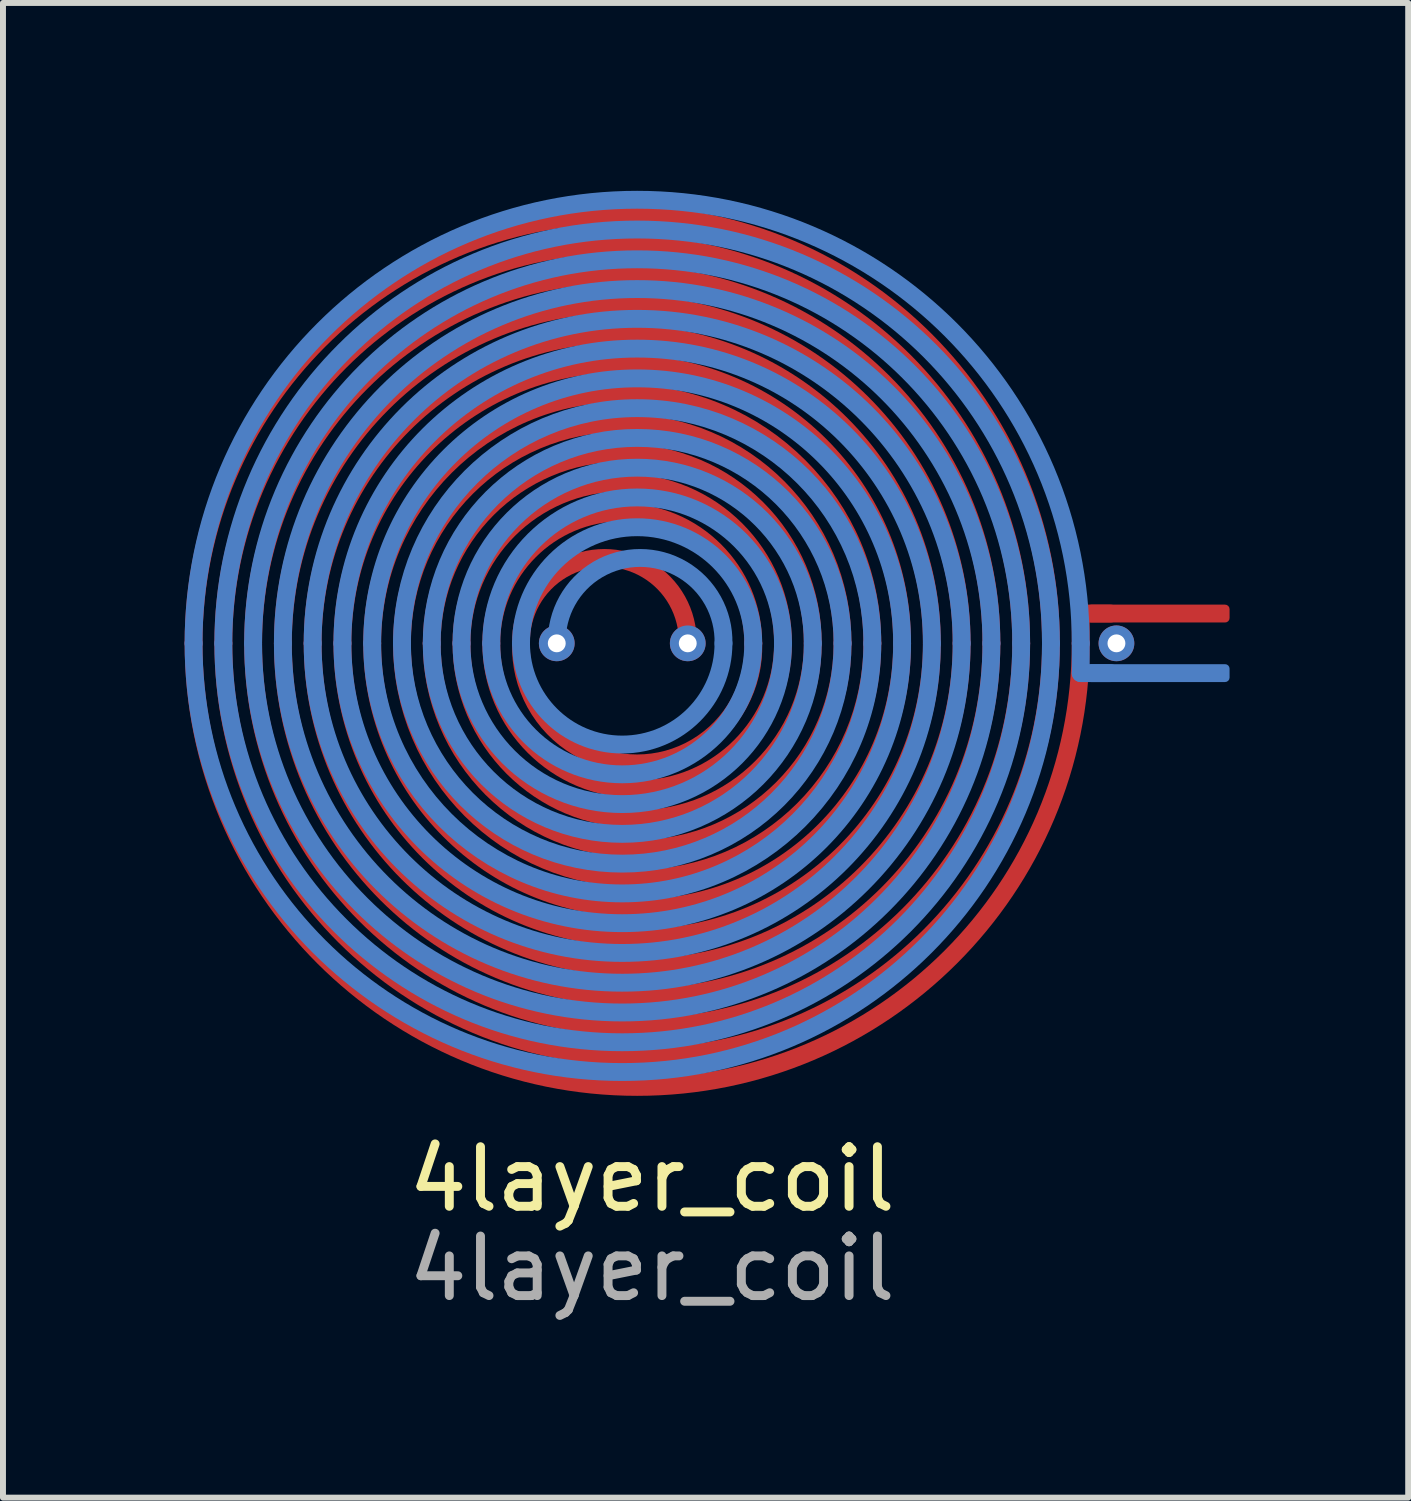
<source format=kicad_pcb>
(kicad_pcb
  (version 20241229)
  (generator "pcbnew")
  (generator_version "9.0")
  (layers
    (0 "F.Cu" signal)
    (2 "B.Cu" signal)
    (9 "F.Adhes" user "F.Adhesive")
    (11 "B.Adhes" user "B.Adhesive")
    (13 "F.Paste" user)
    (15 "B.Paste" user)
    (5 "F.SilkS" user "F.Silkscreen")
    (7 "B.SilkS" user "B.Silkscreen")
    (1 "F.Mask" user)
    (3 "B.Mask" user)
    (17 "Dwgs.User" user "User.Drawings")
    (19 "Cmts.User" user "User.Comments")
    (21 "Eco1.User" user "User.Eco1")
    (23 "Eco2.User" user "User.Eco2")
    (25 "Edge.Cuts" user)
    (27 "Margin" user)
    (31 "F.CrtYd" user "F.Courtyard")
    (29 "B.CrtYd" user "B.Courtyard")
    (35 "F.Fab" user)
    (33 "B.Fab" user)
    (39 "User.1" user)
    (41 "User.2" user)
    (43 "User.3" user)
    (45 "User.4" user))
  (footprint "4layer_coil"
    (layer "F.Cu")
    (at 7.401 7.755)
    (property "Reference" "4layer_coil" (at 0.5 9 0) (unlocked yes) (layer "F.SilkS") (effects (font (size 1 1) (thickness 0.15))))
    (attr smd)
    (fp_line (start 7.7 -0.5) (end 8.2 -0.5) (stroke (width 0.3) (type solid)) (layer "F.Cu"))
    (fp_line (start 7.7 0) (end 7.7 -0.5) (stroke (width 0.3) (type solid)) (layer "F.Cu"))
    (fp_arc (start -7.2 0) (mid 0 -7.2) (end 7.2 0) (stroke (width 0.3) (type solid)) (layer "F.Cu"))
    (fp_arc (start -6.7 0) (mid 0 -6.7) (end 6.7 0) (stroke (width 0.3) (type solid)) (layer "F.Cu"))
    (fp_arc (start -6.2 0) (mid 0 -6.2) (end 6.2 0) (stroke (width 0.3) (type solid)) (layer "F.Cu"))
    (fp_arc (start -5.7 0) (mid 0 -5.7) (end 5.7 0) (stroke (width 0.3) (type solid)) (layer "F.Cu"))
    (fp_arc (start -5.2 0) (mid 0 -5.2) (end 5.2 0) (stroke (width 0.3) (type solid)) (layer "F.Cu"))
    (fp_arc (start -4.7 0) (mid 0 -4.7) (end 4.7 0) (stroke (width 0.3) (type solid)) (layer "F.Cu"))
    (fp_arc (start -4.2 0) (mid 0 -4.2) (end 4.2 0) (stroke (width 0.3) (type solid)) (layer "F.Cu"))
    (fp_arc (start -3.7 0) (mid 0 -3.7) (end 3.7 0) (stroke (width 0.3) (type solid)) (layer "F.Cu"))
    (fp_arc (start -3.2 0) (mid 0 -3.2) (end 3.2 0) (stroke (width 0.3) (type solid)) (layer "F.Cu"))
    (fp_arc (start -2.7 0) (mid 0 -2.7) (end 2.7 0) (stroke (width 0.3) (type solid)) (layer "F.Cu"))
    (fp_arc (start -2.2 0) (mid 0 -2.2) (end 2.2 0) (stroke (width 0.3) (type solid)) (layer "F.Cu"))
    (fp_arc (start -1.7 0) (mid -0.6 -1.4) (end 1.1 0) (stroke (width 0.3) (type solid)) (layer "F.Cu"))
    (fp_arc (start 2.2 0) (mid -0.25 1.95) (end -1.7 0) (stroke (width 0.3) (type solid)) (layer "F.Cu"))
    (fp_arc (start 2.7 0) (mid 0.25 2.45) (end -2.2 0) (stroke (width 0.3) (type solid)) (layer "F.Cu"))
    (fp_arc (start 3.2 0) (mid 0.25 2.95) (end -2.7 0) (stroke (width 0.3) (type solid)) (layer "F.Cu"))
    (fp_arc (start 3.7 0) (mid 0.25 3.45) (end -3.2 0) (stroke (width 0.3) (type solid)) (layer "F.Cu"))
    (fp_arc (start 4.2 0) (mid 0.25 3.95) (end -3.7 0) (stroke (width 0.3) (type solid)) (layer "F.Cu"))
    (fp_arc (start 4.7 0) (mid 0.25 4.45) (end -4.2 0) (stroke (width 0.3) (type solid)) (layer "F.Cu"))
    (fp_arc (start 5.2 0) (mid 0.25 4.95) (end -4.7 0) (stroke (width 0.3) (type solid)) (layer "F.Cu"))
    (fp_arc (start 5.7 0) (mid 0.25 5.45) (end -5.2 0) (stroke (width 0.3) (type solid)) (layer "F.Cu"))
    (fp_arc (start 6.2 0) (mid 0.25 5.95) (end -5.7 0) (stroke (width 0.3) (type solid)) (layer "F.Cu"))
    (fp_arc (start 6.7 0) (mid 0.25 6.45) (end -6.2 0) (stroke (width 0.3) (type solid)) (layer "F.Cu"))
    (fp_arc (start 7.2 0) (mid 0.25 6.95) (end -6.7 0) (stroke (width 0.3) (type solid)) (layer "F.Cu"))
    (fp_arc (start 7.7 0) (mid 0.25 7.45) (end -7.2 0) (stroke (width 0.3) (type solid)) (layer "F.Cu"))
    (fp_line (start 7.7 0) (end 7.7 0.5) (stroke (width 0.3) (type solid)) (layer "B.Cu"))
    (fp_line (start 7.7 0.5) (end 8.2 0.5) (stroke (width 0.3) (type solid)) (layer "B.Cu"))
    (fp_arc (start -7.2 0) (mid 0.25 -7.45) (end 7.7 0) (stroke (width 0.3) (type solid)) (layer "B.Cu"))
    (fp_arc (start -6.7 0) (mid 0.25 -6.95) (end 7.2 0) (stroke (width 0.3) (type solid)) (layer "B.Cu"))
    (fp_arc (start -6.2 0) (mid 0.25 -6.45) (end 6.7 0) (stroke (width 0.3) (type solid)) (layer "B.Cu"))
    (fp_arc (start -5.7 0) (mid 0.25 -5.95) (end 6.2 0) (stroke (width 0.3) (type solid)) (layer "B.Cu"))
    (fp_arc (start -5.2 0) (mid 0.25 -5.45) (end 5.7 0) (stroke (width 0.3) (type solid)) (layer "B.Cu"))
    (fp_arc (start -4.7 0) (mid 0.25 -4.95) (end 5.2 0) (stroke (width 0.3) (type solid)) (layer "B.Cu"))
    (fp_arc (start -4.2 0) (mid 0.25 -4.45) (end 4.7 0) (stroke (width 0.3) (type solid)) (layer "B.Cu"))
    (fp_arc (start -3.7 0) (mid 0.25 -3.95) (end 4.2 0) (stroke (width 0.3) (type solid)) (layer "B.Cu"))
    (fp_arc (start -3.2 0) (mid 0.25 -3.45) (end 3.7 0) (stroke (width 0.3) (type solid)) (layer "B.Cu"))
    (fp_arc (start -2.7 0) (mid 0.25 -2.95) (end 3.2 0) (stroke (width 0.3) (type solid)) (layer "B.Cu"))
    (fp_arc (start -2.2 0) (mid 0.25 -2.45) (end 2.7 0) (stroke (width 0.3) (type solid)) (layer "B.Cu"))
    (fp_arc (start -1.7 0) (mid 0.25 -1.95) (end 2.2 0) (stroke (width 0.3) (type solid)) (layer "B.Cu"))
    (fp_arc (start -1.1 0) (mid 0.6 -1.4) (end 1.7 0) (stroke (width 0.3) (type solid)) (layer "B.Cu"))
    (fp_arc (start 1.7 0) (mid 0 1.7) (end -1.7 0) (stroke (width 0.3) (type solid)) (layer "B.Cu"))
    (fp_arc (start 2.2 0) (mid 0 2.2) (end -2.2 0) (stroke (width 0.3) (type solid)) (layer "B.Cu"))
    (fp_arc (start 2.7 0) (mid 0 2.7) (end -2.7 0) (stroke (width 0.3) (type solid)) (layer "B.Cu"))
    (fp_arc (start 3.2 0) (mid 0 3.2) (end -3.2 0) (stroke (width 0.3) (type solid)) (layer "B.Cu"))
    (fp_arc (start 3.7 0) (mid 0 3.7) (end -3.7 0) (stroke (width 0.3) (type solid)) (layer "B.Cu"))
    (fp_arc (start 4.2 0) (mid 0 4.2) (end -4.2 0) (stroke (width 0.3) (type solid)) (layer "B.Cu"))
    (fp_arc (start 4.7 0) (mid 0 4.7) (end -4.7 0) (stroke (width 0.3) (type solid)) (layer "B.Cu"))
    (fp_arc (start 5.2 0) (mid 0 5.2) (end -5.2 0) (stroke (width 0.3) (type solid)) (layer "B.Cu"))
    (fp_arc (start 5.7 0) (mid 0 5.7) (end -5.7 0) (stroke (width 0.3) (type solid)) (layer "B.Cu"))
    (fp_arc (start 6.2 0) (mid 0 6.2) (end -6.2 0) (stroke (width 0.3) (type solid)) (layer "B.Cu"))
    (fp_arc (start 6.7 0) (mid 0 6.7) (end -6.7 0) (stroke (width 0.3) (type solid)) (layer "B.Cu"))
    (fp_arc (start 7.2 0) (mid 0 7.2) (end -7.2 0) (stroke (width 0.3) (type solid)) (layer "B.Cu"))
    (fp_arc (start -7.25 0) (mid 0.8 -7.6) (end 8.3 0) (stroke (width 0.3) (type solid)) (layer "In1.Cu"))
    (fp_arc (start -6.7 0) (mid 0.25 -6.95) (end 7.2 0) (stroke (width 0.3) (type solid)) (layer "In1.Cu"))
    (fp_arc (start -6.2 0) (mid 0.25 -6.45) (end 6.7 0) (stroke (width 0.3) (type solid)) (layer "In1.Cu"))
    (fp_arc (start -5.7 0) (mid 0.25 -5.95) (end 6.2 0) (stroke (width 0.3) (type solid)) (layer "In1.Cu"))
    (fp_arc (start -5.2 0) (mid 0.25 -5.45) (end 5.7 0) (stroke (width 0.3) (type solid)) (layer "In1.Cu"))
    (fp_arc (start -4.7 0) (mid 0.25 -4.95) (end 5.2 0) (stroke (width 0.3) (type solid)) (layer "In1.Cu"))
    (fp_arc (start -4.2 0) (mid 0.25 -4.45) (end 4.7 0) (stroke (width 0.3) (type solid)) (layer "In1.Cu"))
    (fp_arc (start -3.7 0) (mid 0.25 -3.95) (end 4.2 0) (stroke (width 0.3) (type solid)) (layer "In1.Cu"))
    (fp_arc (start -3.2 0) (mid 0.25 -3.45) (end 3.7 0) (stroke (width 0.3) (type solid)) (layer "In1.Cu"))
    (fp_arc (start -2.7 0) (mid 0.25 -2.95) (end 3.2 0) (stroke (width 0.3) (type solid)) (layer "In1.Cu"))
    (fp_arc (start -2.2 0) (mid 0.25 -2.45) (end 2.7 0) (stroke (width 0.3) (type solid)) (layer "In1.Cu"))
    (fp_arc (start -1.7 0) (mid -0.25 -1.95) (end 2.2 0) (stroke (width 0.3) (type solid)) (layer "In1.Cu"))
    (fp_arc (start 1.1 0) (mid -0.6 1.4) (end -1.7 0) (stroke (width 0.3) (type solid)) (layer "In1.Cu"))
    (fp_arc (start 2.2 0) (mid 0 2.2) (end -2.2 0) (stroke (width 0.3) (type solid)) (layer "In1.Cu"))
    (fp_arc (start 2.7 0) (mid 0 2.7) (end -2.7 0) (stroke (width 0.3) (type solid)) (layer "In1.Cu"))
    (fp_arc (start 3.2 0) (mid 0 3.2) (end -3.2 0) (stroke (width 0.3) (type solid)) (layer "In1.Cu"))
    (fp_arc (start 3.7 0) (mid 0 3.7) (end -3.7 0) (stroke (width 0.3) (type solid)) (layer "In1.Cu"))
    (fp_arc (start 4.2 0) (mid 0 4.2) (end -4.2 0) (stroke (width 0.3) (type solid)) (layer "In1.Cu"))
    (fp_arc (start 4.7 0) (mid 0 4.7) (end -4.7 0) (stroke (width 0.3) (type solid)) (layer "In1.Cu"))
    (fp_arc (start 5.2 0) (mid 0 5.2) (end -5.2 0) (stroke (width 0.3) (type solid)) (layer "In1.Cu"))
    (fp_arc (start 5.7 0) (mid 0 5.7) (end -5.7 0) (stroke (width 0.3) (type solid)) (layer "In1.Cu"))
    (fp_arc (start 6.2 0) (mid 0 6.2) (end -6.2 0) (stroke (width 0.3) (type solid)) (layer "In1.Cu"))
    (fp_arc (start 6.7 0) (mid 0 6.7) (end -6.7 0) (stroke (width 0.3) (type solid)) (layer "In1.Cu"))
    (fp_arc (start 7.25 0) (mid 0.8 7.25) (end -7.25 0) (stroke (width 0.3) (type solid)) (layer "In1.Cu"))
    (fp_arc (start -7.25 0) (mid 0.8 -7.25) (end 7.25 0) (stroke (width 0.3) (type solid)) (layer "In2.Cu"))
    (fp_arc (start -6.7 0) (mid 0 -6.7) (end 6.7 0) (stroke (width 0.3) (type solid)) (layer "In2.Cu"))
    (fp_arc (start -6.2 0) (mid 0 -6.2) (end 6.2 0) (stroke (width 0.3) (type solid)) (layer "In2.Cu"))
    (fp_arc (start -5.7 0) (mid 0 -5.7) (end 5.7 0) (stroke (width 0.3) (type solid)) (layer "In2.Cu"))
    (fp_arc (start -5.2 0) (mid 0 -5.2) (end 5.2 0) (stroke (width 0.3) (type solid)) (layer "In2.Cu"))
    (fp_arc (start -4.7 0) (mid 0 -4.7) (end 4.7 0) (stroke (width 0.3) (type solid)) (layer "In2.Cu"))
    (fp_arc (start -4.2 0) (mid 0 -4.2) (end 4.2 0) (stroke (width 0.3) (type solid)) (layer "In2.Cu"))
    (fp_arc (start -3.7 0) (mid 0 -3.7) (end 3.7 0) (stroke (width 0.3) (type solid)) (layer "In2.Cu"))
    (fp_arc (start -3.2 0) (mid 0 -3.2) (end 3.2 0) (stroke (width 0.3) (type solid)) (layer "In2.Cu"))
    (fp_arc (start -2.7 0) (mid 0 -2.7) (end 2.7 0) (stroke (width 0.3) (type solid)) (layer "In2.Cu"))
    (fp_arc (start -2.2 0) (mid 0 -2.2) (end 2.2 0) (stroke (width 0.3) (type solid)) (layer "In2.Cu"))
    (fp_arc (start -1.7 0) (mid 0 -1.7) (end 1.7 0) (stroke (width 0.3) (type solid)) (layer "In2.Cu"))
    (fp_arc (start 1.7 0) (mid 0.6 1.4) (end -1.1 0) (stroke (width 0.3) (type solid)) (layer "In2.Cu"))
    (fp_arc (start 2.2 0) (mid 0.25 1.95) (end -1.7 0) (stroke (width 0.3) (type solid)) (layer "In2.Cu"))
    (fp_arc (start 2.7 0) (mid 0.25 2.45) (end -2.2 0) (stroke (width 0.3) (type solid)) (layer "In2.Cu"))
    (fp_arc (start 3.2 0) (mid 0.25 2.95) (end -2.7 0) (stroke (width 0.3) (type solid)) (layer "In2.Cu"))
    (fp_arc (start 3.7 0) (mid 0.25 3.45) (end -3.2 0) (stroke (width 0.3) (type solid)) (layer "In2.Cu"))
    (fp_arc (start 4.2 0) (mid 0.25 3.95) (end -3.7 0) (stroke (width 0.3) (type solid)) (layer "In2.Cu"))
    (fp_arc (start 4.7 0) (mid 0.25 4.45) (end -4.2 0) (stroke (width 0.3) (type solid)) (layer "In2.Cu"))
    (fp_arc (start 5.2 0) (mid 0.25 4.95) (end -4.7 0) (stroke (width 0.3) (type solid)) (layer "In2.Cu"))
    (fp_arc (start 5.7 0) (mid 0.25 5.45) (end -5.2 0) (stroke (width 0.3) (type solid)) (layer "In2.Cu"))
    (fp_arc (start 6.2 0) (mid 0.25 5.95) (end -5.7 0) (stroke (width 0.3) (type solid)) (layer "In2.Cu"))
    (fp_arc (start 6.7 0) (mid 0.25 6.45) (end -6.2 0) (stroke (width 0.3) (type solid)) (layer "In2.Cu"))
    (fp_arc (start 7.2 0) (mid 0.25 6.95) (end -6.7 0) (stroke (width 0.3) (type solid)) (layer "In2.Cu"))
    (fp_arc (start 8.3 0) (mid 0.8 7.9) (end -7.25 0) (stroke (width 0.3) (type solid)) (layer "In2.Cu"))
    (fp_text user "${REFERENCE}" (at 0.5 10.5 0) (unlocked yes) (layer "F.Fab") (effects (font (size 1 1) (thickness 0.15))))
    (pad "" thru_hole circle (at -1.1 0) (size 0.6 0.6) (drill 0.3) (layers "*.Cu" "*.Mask"))
    (pad "" thru_hole circle (at 1.1 0) (size 0.6 0.6) (drill 0.3) (layers "*.Cu" "*.Mask"))
    (pad "" thru_hole circle (at 8.3 0) (size 0.6 0.6) (drill 0.3) (layers "*.Cu" "*.Mask"))
    (pad "1" smd roundrect (at 9 -0.5) (size 2.4 0.3) (layers "F.Cu") (roundrect_rratio 0.25))
    (pad "2" smd roundrect (at 9 0.5) (size 2.4 0.3) (layers "B.Cu") (roundrect_rratio 0.25)))
  (gr_rect
    (start -3 -3)
    (end 20.601 22.103)
    (stroke (width 0.1) (type default))
    (fill no)
    (layer "Edge.Cuts")))
</source>
